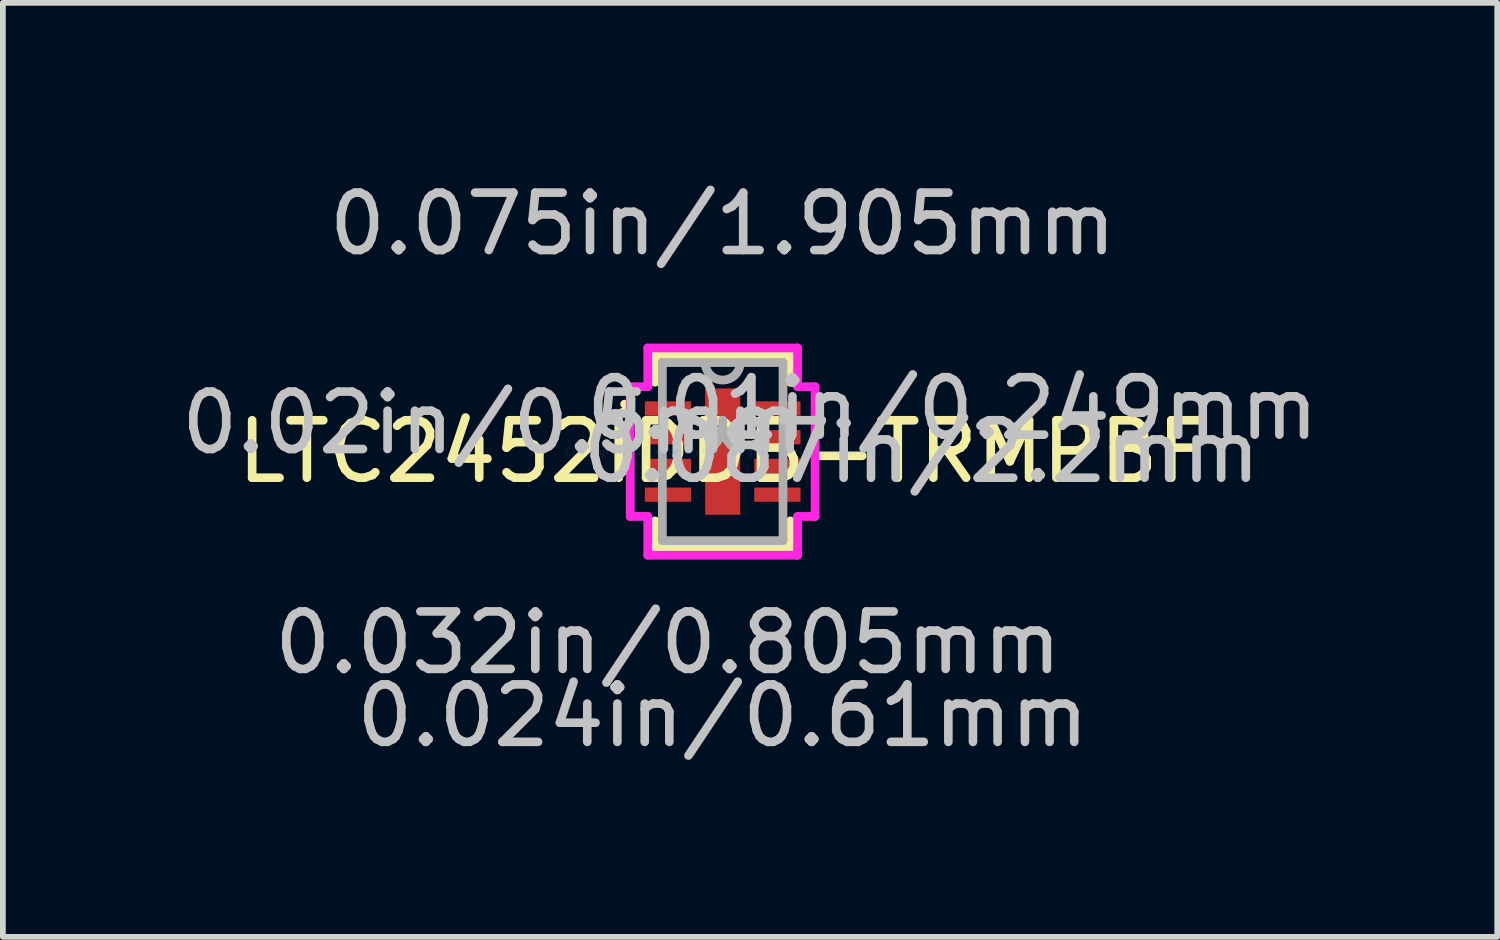
<source format=kicad_pcb>
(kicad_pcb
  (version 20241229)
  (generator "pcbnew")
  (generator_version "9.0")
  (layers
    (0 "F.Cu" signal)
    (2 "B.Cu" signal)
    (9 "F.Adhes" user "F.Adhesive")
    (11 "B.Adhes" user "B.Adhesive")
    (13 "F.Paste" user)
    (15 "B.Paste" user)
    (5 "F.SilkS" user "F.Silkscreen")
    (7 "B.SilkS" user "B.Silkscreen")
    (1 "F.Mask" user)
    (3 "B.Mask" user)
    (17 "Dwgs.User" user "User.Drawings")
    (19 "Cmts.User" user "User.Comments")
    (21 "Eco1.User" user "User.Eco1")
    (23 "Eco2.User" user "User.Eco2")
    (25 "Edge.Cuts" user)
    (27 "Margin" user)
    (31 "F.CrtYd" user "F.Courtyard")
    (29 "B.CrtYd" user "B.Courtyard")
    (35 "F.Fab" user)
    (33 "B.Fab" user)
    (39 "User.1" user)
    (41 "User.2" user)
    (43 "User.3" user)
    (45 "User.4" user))
  (footprint "LTC2452IDDB-TRMPBF"
    (layer "F.Cu")
    (at 9.53 4.811)
    (property "Reference" "LTC2452IDDB-TRMPBF" (at 0 0 0) (layer "F.SilkS") (effects (font (size 1 1) (thickness 0.15))))
    (attr through_hole)
    (fp_line (start -1.177 -1.677) (end -1.177 -1.207) (stroke (width 0.152) (type solid)) (layer "F.SilkS"))
    (fp_line (start -1.177 1.207) (end -1.177 1.677) (stroke (width 0.152) (type solid)) (layer "F.SilkS"))
    (fp_line (start -1.177 1.677) (end 1.177 1.677) (stroke (width 0.152) (type solid)) (layer "F.SilkS"))
    (fp_line (start 1.177 -1.677) (end -1.177 -1.677) (stroke (width 0.152) (type solid)) (layer "F.SilkS"))
    (fp_line (start 1.177 -1.207) (end 1.177 -1.677) (stroke (width 0.152) (type solid)) (layer "F.SilkS"))
    (fp_line (start 1.177 1.677) (end 1.177 1.207) (stroke (width 0.152) (type solid)) (layer "F.SilkS"))
    (fp_arc (start -1.7064 -0.8262) (mid -1.632571 -0.731141) (end -1.742945 -0.683135) (stroke (width 0.1524) (type solid)) (layer "F.SilkS"))
    (fp_line (start -1.609 -1.129) (end -1.304 -1.129) (stroke (width 0.152) (type solid)) (layer "F.CrtYd"))
    (fp_line (start -1.609 1.129) (end -1.609 -1.129) (stroke (width 0.152) (type solid)) (layer "F.CrtYd"))
    (fp_line (start -1.304 -1.804) (end 1.304 -1.804) (stroke (width 0.152) (type solid)) (layer "F.CrtYd"))
    (fp_line (start -1.304 -1.129) (end -1.304 -1.804) (stroke (width 0.152) (type solid)) (layer "F.CrtYd"))
    (fp_line (start -1.304 1.129) (end -1.609 1.129) (stroke (width 0.152) (type solid)) (layer "F.CrtYd"))
    (fp_line (start -1.304 1.804) (end -1.304 1.129) (stroke (width 0.152) (type solid)) (layer "F.CrtYd"))
    (fp_line (start 1.304 -1.804) (end 1.304 -1.129) (stroke (width 0.152) (type solid)) (layer "F.CrtYd"))
    (fp_line (start 1.304 -1.129) (end 1.609 -1.129) (stroke (width 0.152) (type solid)) (layer "F.CrtYd"))
    (fp_line (start 1.304 1.129) (end 1.304 1.804) (stroke (width 0.152) (type solid)) (layer "F.CrtYd"))
    (fp_line (start 1.304 1.804) (end -1.304 1.804) (stroke (width 0.152) (type solid)) (layer "F.CrtYd"))
    (fp_line (start 1.609 -1.129) (end 1.609 1.129) (stroke (width 0.152) (type solid)) (layer "F.CrtYd"))
    (fp_line (start 1.609 1.129) (end 1.304 1.129) (stroke (width 0.152) (type solid)) (layer "F.CrtYd"))
    (fp_line (start -1.05 -1.55) (end -1.05 1.55) (stroke (width 0.152) (type solid)) (layer "F.Fab"))
    (fp_line (start -1.05 1.55) (end 1.05 1.55) (stroke (width 0.152) (type solid)) (layer "F.Fab"))
    (fp_line (start 1.05 -1.55) (end -1.05 -1.55) (stroke (width 0.152) (type solid)) (layer "F.Fab"))
    (fp_line (start 1.05 1.55) (end 1.05 -1.55) (stroke (width 0.152) (type solid)) (layer "F.Fab"))
    (fp_arc (start 0.3048 -1.549999) (mid 0 -1.245199) (end -0.3048 -1.549999) (stroke (width 0.1524) (type solid)) (layer "F.Fab"))
    (fp_text user "*" (at 0 0 0) (layer "F.SilkS") (effects (font (size 1 1) (thickness 0.15))))
    (fp_text user "0.01in/0.249mm" (at 4 -0.75 0) (layer "Dwgs.User") (effects (font (size 1 1) (thickness 0.15))))
    (fp_text user "0.087in/2.2mm" (at 3.463 0 0) (layer "Dwgs.User") (effects (font (size 1 1) (thickness 0.15))))
    (fp_text user "0.02in/0.5mm" (at -4 -0.5 0) (layer "Dwgs.User") (effects (font (size 1 1) (thickness 0.15))))
    (fp_text user "0.024in/0.61mm" (at 0 4.598 0) (layer "Dwgs.User") (effects (font (size 1 1) (thickness 0.15))))
    (fp_text user "0.075in/1.905mm" (at 0 -3.963 0) (layer "Dwgs.User") (effects (font (size 1 1) (thickness 0.15))))
    (fp_text user "0.032in/0.805mm" (at -0.952 3.328 0) (layer "Dwgs.User") (effects (font (size 1 1) (thickness 0.15))))
    (fp_text user "Copyright 2016 Accelerated Designs. All rights reserved." (at 0 0 0) (layer "Cmts.User") (effects (font (size 0.127 0.127) (thickness 0.002))))
    (fp_text user "*" (at 0 0 0) (layer "F.Fab") (effects (font (size 1 1) (thickness 0.15))))
    (pad "1" smd rect (at -0.952 -0.75) (size 0.805 0.249) (layers "F.Cu" "F.Mask" "F.Paste"))
    (pad "2" smd rect (at -0.952 -0.25) (size 0.805 0.249) (layers "F.Cu" "F.Mask" "F.Paste"))
    (pad "3" smd rect (at -0.952 0.25) (size 0.805 0.249) (layers "F.Cu" "F.Mask" "F.Paste"))
    (pad "4" smd rect (at -0.952 0.75) (size 0.805 0.249) (layers "F.Cu" "F.Mask" "F.Paste"))
    (pad "5" smd rect (at 0.952 0.75) (size 0.805 0.249) (layers "F.Cu" "F.Mask" "F.Paste"))
    (pad "6" smd rect (at 0.952 0.25) (size 0.805 0.249) (layers "F.Cu" "F.Mask" "F.Paste"))
    (pad "7" smd rect (at 0.952 -0.25) (size 0.805 0.249) (layers "F.Cu" "F.Mask" "F.Paste"))
    (pad "8" smd rect (at 0.952 -0.75) (size 0.805 0.249) (layers "F.Cu" "F.Mask" "F.Paste"))
    (pad "9" smd rect (at 0 0) (size 0.61 2.2) (layers "F.Cu" "F.Mask" "F.Paste")))
  (gr_rect
    (start -3 -3)
    (end 23.013 13.258)
    (stroke (width 0.1) (type default))
    (fill no)
    (layer "Edge.Cuts")))
</source>
